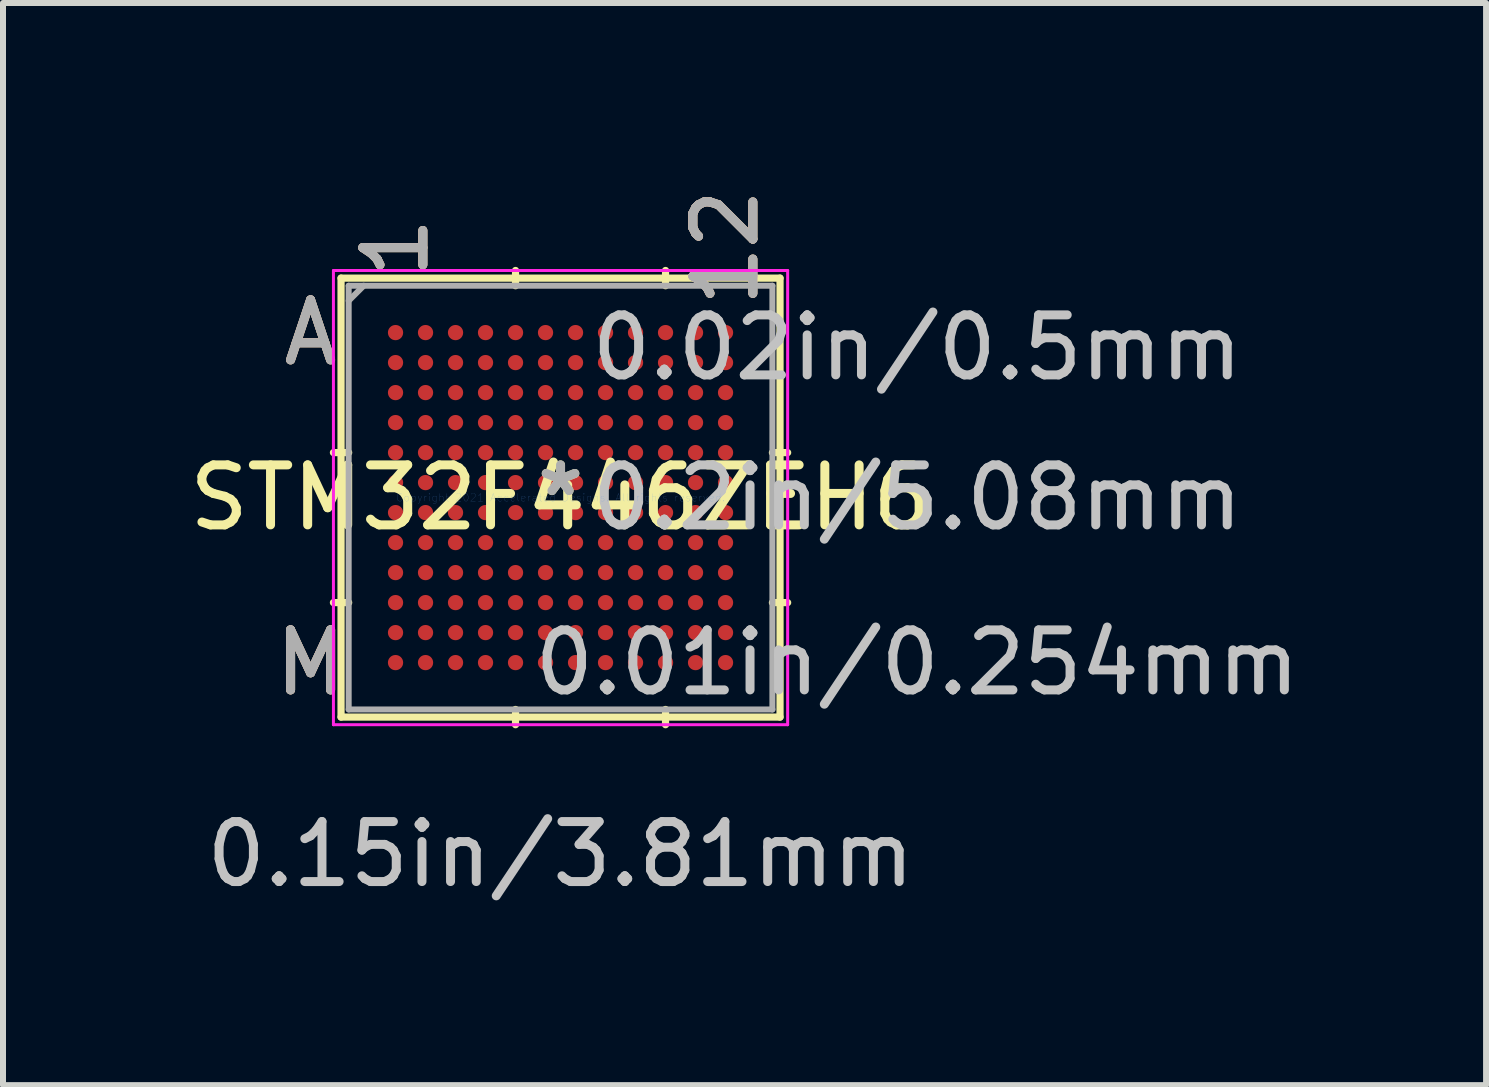
<source format=kicad_pcb>
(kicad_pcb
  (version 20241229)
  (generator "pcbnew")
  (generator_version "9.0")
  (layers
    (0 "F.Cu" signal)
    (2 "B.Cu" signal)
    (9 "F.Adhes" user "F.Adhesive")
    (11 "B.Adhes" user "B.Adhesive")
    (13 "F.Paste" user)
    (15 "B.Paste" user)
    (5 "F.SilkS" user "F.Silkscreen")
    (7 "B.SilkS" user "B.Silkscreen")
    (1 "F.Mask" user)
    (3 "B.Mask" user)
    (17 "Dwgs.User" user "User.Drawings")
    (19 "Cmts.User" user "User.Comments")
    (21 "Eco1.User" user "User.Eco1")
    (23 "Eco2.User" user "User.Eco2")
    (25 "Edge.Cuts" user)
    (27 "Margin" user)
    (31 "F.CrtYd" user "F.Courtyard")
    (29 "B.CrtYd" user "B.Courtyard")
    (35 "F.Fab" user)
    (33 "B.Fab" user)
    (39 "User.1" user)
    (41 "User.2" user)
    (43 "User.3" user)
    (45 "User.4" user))
  (footprint "STM32F446ZEH6"
    (layer "F.Cu")
    (at 6.292 5.243)
    (property "Reference" "STM32F446ZEH6" (at 0 0 0) (layer "F.SilkS") (effects (font (size 1 1) (thickness 0.15))))
    (attr through_hole)
    (fp_line (start -3.658 -3.658) (end -3.658 3.658) (stroke (width 0.12) (type solid)) (layer "F.SilkS"))
    (fp_line (start -3.658 3.658) (end 3.658 3.658) (stroke (width 0.12) (type solid)) (layer "F.SilkS"))
    (fp_line (start -3.531 -0.75) (end -3.785 -0.75) (stroke (width 0.12) (type solid)) (layer "F.SilkS"))
    (fp_line (start -3.531 1.75) (end -3.785 1.75) (stroke (width 0.12) (type solid)) (layer "F.SilkS"))
    (fp_line (start -0.75 -3.531) (end -0.75 -3.785) (stroke (width 0.12) (type solid)) (layer "F.SilkS"))
    (fp_line (start -0.75 3.531) (end -0.75 3.785) (stroke (width 0.12) (type solid)) (layer "F.SilkS"))
    (fp_line (start 1.75 -3.531) (end 1.75 -3.785) (stroke (width 0.12) (type solid)) (layer "F.SilkS"))
    (fp_line (start 1.75 3.531) (end 1.75 3.785) (stroke (width 0.12) (type solid)) (layer "F.SilkS"))
    (fp_line (start 3.531 -0.75) (end 3.785 -0.75) (stroke (width 0.12) (type solid)) (layer "F.SilkS"))
    (fp_line (start 3.531 1.75) (end 3.785 1.75) (stroke (width 0.12) (type solid)) (layer "F.SilkS"))
    (fp_line (start 3.658 -3.658) (end -3.658 -3.658) (stroke (width 0.12) (type solid)) (layer "F.SilkS"))
    (fp_line (start 3.658 3.658) (end 3.658 -3.658) (stroke (width 0.12) (type solid)) (layer "F.SilkS"))
    (fp_line (start -3.785 -3.785) (end 3.785 -3.785) (stroke (width 0.05) (type solid)) (layer "F.CrtYd"))
    (fp_line (start -3.785 3.785) (end -3.785 -3.785) (stroke (width 0.05) (type solid)) (layer "F.CrtYd"))
    (fp_line (start 3.785 -3.785) (end 3.785 3.785) (stroke (width 0.05) (type solid)) (layer "F.CrtYd"))
    (fp_line (start 3.785 3.785) (end -3.785 3.785) (stroke (width 0.05) (type solid)) (layer "F.CrtYd"))
    (fp_line (start -3.531 -3.531) (end -3.531 3.531) (stroke (width 0.1) (type solid)) (layer "F.Fab"))
    (fp_line (start -3.531 3.531) (end 3.531 3.531) (stroke (width 0.1) (type solid)) (layer "F.Fab"))
    (fp_line (start -3.281 -3.531) (end -3.531 -3.281) (stroke (width 0.1) (type solid)) (layer "F.Fab"))
    (fp_line (start 3.531 -3.531) (end -3.531 -3.531) (stroke (width 0.1) (type solid)) (layer "F.Fab"))
    (fp_line (start 3.531 3.531) (end 3.531 -3.531) (stroke (width 0.1) (type solid)) (layer "F.Fab"))
    (fp_text user "M" (at -4.166 2.75 0) (layer "F.SilkS") (effects (font (size 1 1) (thickness 0.15))))
    (fp_text user "A" (at -4.166 -2.75 0) (layer "F.SilkS") (effects (font (size 1 1) (thickness 0.15))))
    (fp_text user "1" (at -2.75 -4.166 90) (layer "F.SilkS") (effects (font (size 1 1) (thickness 0.15))))
    (fp_text user "*" (at 0 0 0) (layer "F.SilkS") (effects (font (size 1 1) (thickness 0.15))))
    (fp_text user "12" (at 2.75 -4.166 90) (layer "F.SilkS") (effects (font (size 1 1) (thickness 0.15))))
    (fp_text user "M" (at -4.166 2.75 0) (layer "B.SilkS") (effects (font (size 1 1) (thickness 0.15))))
    (fp_text user "A" (at -4.166 -2.75 0) (layer "B.SilkS") (effects (font (size 1 1) (thickness 0.15))))
    (fp_text user "12" (at 2.75 -4.166 90) (layer "B.SilkS") (effects (font (size 1 1) (thickness 0.15))))
    (fp_text user "1" (at -2.75 -4.166 90) (layer "B.SilkS") (effects (font (size 1 1) (thickness 0.15))))
    (fp_text user "0.2in/5.08mm" (at 5.944 0 0) (layer "Dwgs.User") (effects (font (size 1 1) (thickness 0.15))))
    (fp_text user "0.02in/0.5mm" (at 5.944 -2.5 0) (layer "Dwgs.User") (effects (font (size 1 1) (thickness 0.15))))
    (fp_text user "0.15in/3.81mm" (at 0 5.944 0) (layer "Dwgs.User") (effects (font (size 1 1) (thickness 0.15))))
    (fp_text user "0.01in/0.254mm" (at 5.944 2.75 0) (layer "Dwgs.User") (effects (font (size 1 1) (thickness 0.15))))
    (fp_text user "Copyright 2021 Accelerated Designs. All rights reserved." (at 0 0 0) (layer "Cmts.User") (effects (font (size 0.127 0.127) (thickness 0.002))))
    (fp_text user "1" (at -2.75 -4.166 90) (layer "F.Fab") (effects (font (size 1 1) (thickness 0.15))))
    (fp_text user "12" (at 2.75 -4.166 90) (layer "F.Fab") (effects (font (size 1 1) (thickness 0.15))))
    (fp_text user "A" (at -4.166 -2.75 0) (layer "F.Fab") (effects (font (size 1 1) (thickness 0.15))))
    (fp_text user "M" (at -4.166 2.75 0) (layer "F.Fab") (effects (font (size 1 1) (thickness 0.15))))
    (fp_text user "*" (at 0 0 0) (layer "F.Fab") (effects (font (size 1 1) (thickness 0.15))))
    (pad "A1" smd circle (at -2.75 -2.75) (size 0.254 0.254) (layers "F.Cu" "F.Mask" "F.Paste"))
    (pad "A2" smd circle (at -2.25 -2.75) (size 0.254 0.254) (layers "F.Cu" "F.Mask" "F.Paste"))
    (pad "A3" smd circle (at -1.75 -2.75) (size 0.254 0.254) (layers "F.Cu" "F.Mask" "F.Paste"))
    (pad "A4" smd circle (at -1.25 -2.75) (size 0.254 0.254) (layers "F.Cu" "F.Mask" "F.Paste"))
    (pad "A5" smd circle (at -0.75 -2.75) (size 0.254 0.254) (layers "F.Cu" "F.Mask" "F.Paste"))
    (pad "A6" smd circle (at -0.25 -2.75) (size 0.254 0.254) (layers "F.Cu" "F.Mask" "F.Paste"))
    (pad "A7" smd circle (at 0.25 -2.75) (size 0.254 0.254) (layers "F.Cu" "F.Mask" "F.Paste"))
    (pad "A8" smd circle (at 0.75 -2.75) (size 0.254 0.254) (layers "F.Cu" "F.Mask" "F.Paste"))
    (pad "A9" smd circle (at 1.25 -2.75) (size 0.254 0.254) (layers "F.Cu" "F.Mask" "F.Paste"))
    (pad "A10" smd circle (at 1.75 -2.75) (size 0.254 0.254) (layers "F.Cu" "F.Mask" "F.Paste"))
    (pad "A11" smd circle (at 2.25 -2.75) (size 0.254 0.254) (layers "F.Cu" "F.Mask" "F.Paste"))
    (pad "A12" smd circle (at 2.75 -2.75) (size 0.254 0.254) (layers "F.Cu" "F.Mask" "F.Paste"))
    (pad "B1" smd circle (at -2.75 -2.25) (size 0.254 0.254) (layers "F.Cu" "F.Mask" "F.Paste"))
    (pad "B2" smd circle (at -2.25 -2.25) (size 0.254 0.254) (layers "F.Cu" "F.Mask" "F.Paste"))
    (pad "B3" smd circle (at -1.75 -2.25) (size 0.254 0.254) (layers "F.Cu" "F.Mask" "F.Paste"))
    (pad "B4" smd circle (at -1.25 -2.25) (size 0.254 0.254) (layers "F.Cu" "F.Mask" "F.Paste"))
    (pad "B5" smd circle (at -0.75 -2.25) (size 0.254 0.254) (layers "F.Cu" "F.Mask" "F.Paste"))
    (pad "B6" smd circle (at -0.25 -2.25) (size 0.254 0.254) (layers "F.Cu" "F.Mask" "F.Paste"))
    (pad "B7" smd circle (at 0.25 -2.25) (size 0.254 0.254) (layers "F.Cu" "F.Mask" "F.Paste"))
    (pad "B8" smd circle (at 0.75 -2.25) (size 0.254 0.254) (layers "F.Cu" "F.Mask" "F.Paste"))
    (pad "B9" smd circle (at 1.25 -2.25) (size 0.254 0.254) (layers "F.Cu" "F.Mask" "F.Paste"))
    (pad "B10" smd circle (at 1.75 -2.25) (size 0.254 0.254) (layers "F.Cu" "F.Mask" "F.Paste"))
    (pad "B11" smd circle (at 2.25 -2.25) (size 0.254 0.254) (layers "F.Cu" "F.Mask" "F.Paste"))
    (pad "B12" smd circle (at 2.75 -2.25) (size 0.254 0.254) (layers "F.Cu" "F.Mask" "F.Paste"))
    (pad "C1" smd circle (at -2.75 -1.75) (size 0.254 0.254) (layers "F.Cu" "F.Mask" "F.Paste"))
    (pad "C2" smd circle (at -2.25 -1.75) (size 0.254 0.254) (layers "F.Cu" "F.Mask" "F.Paste"))
    (pad "C3" smd circle (at -1.75 -1.75) (size 0.254 0.254) (layers "F.Cu" "F.Mask" "F.Paste"))
    (pad "C4" smd circle (at -1.25 -1.75) (size 0.254 0.254) (layers "F.Cu" "F.Mask" "F.Paste"))
    (pad "C5" smd circle (at -0.75 -1.75) (size 0.254 0.254) (layers "F.Cu" "F.Mask" "F.Paste"))
    (pad "C6" smd circle (at -0.25 -1.75) (size 0.254 0.254) (layers "F.Cu" "F.Mask" "F.Paste"))
    (pad "C7" smd circle (at 0.25 -1.75) (size 0.254 0.254) (layers "F.Cu" "F.Mask" "F.Paste"))
    (pad "C8" smd circle (at 0.75 -1.75) (size 0.254 0.254) (layers "F.Cu" "F.Mask" "F.Paste"))
    (pad "C9" smd circle (at 1.25 -1.75) (size 0.254 0.254) (layers "F.Cu" "F.Mask" "F.Paste"))
    (pad "C10" smd circle (at 1.75 -1.75) (size 0.254 0.254) (layers "F.Cu" "F.Mask" "F.Paste"))
    (pad "C11" smd circle (at 2.25 -1.75) (size 0.254 0.254) (layers "F.Cu" "F.Mask" "F.Paste"))
    (pad "C12" smd circle (at 2.75 -1.75) (size 0.254 0.254) (layers "F.Cu" "F.Mask" "F.Paste"))
    (pad "D1" smd circle (at -2.75 -1.25) (size 0.254 0.254) (layers "F.Cu" "F.Mask" "F.Paste"))
    (pad "D2" smd circle (at -2.25 -1.25) (size 0.254 0.254) (layers "F.Cu" "F.Mask" "F.Paste"))
    (pad "D3" smd circle (at -1.75 -1.25) (size 0.254 0.254) (layers "F.Cu" "F.Mask" "F.Paste"))
    (pad "D4" smd circle (at -1.25 -1.25) (size 0.254 0.254) (layers "F.Cu" "F.Mask" "F.Paste"))
    (pad "D5" smd circle (at -0.75 -1.25) (size 0.254 0.254) (layers "F.Cu" "F.Mask" "F.Paste"))
    (pad "D6" smd circle (at -0.25 -1.25) (size 0.254 0.254) (layers "F.Cu" "F.Mask" "F.Paste"))
    (pad "D7" smd circle (at 0.25 -1.25) (size 0.254 0.254) (layers "F.Cu" "F.Mask" "F.Paste"))
    (pad "D8" smd circle (at 0.75 -1.25) (size 0.254 0.254) (layers "F.Cu" "F.Mask" "F.Paste"))
    (pad "D9" smd circle (at 1.25 -1.25) (size 0.254 0.254) (layers "F.Cu" "F.Mask" "F.Paste"))
    (pad "D10" smd circle (at 1.75 -1.25) (size 0.254 0.254) (layers "F.Cu" "F.Mask" "F.Paste"))
    (pad "D11" smd circle (at 2.25 -1.25) (size 0.254 0.254) (layers "F.Cu" "F.Mask" "F.Paste"))
    (pad "D12" smd circle (at 2.75 -1.25) (size 0.254 0.254) (layers "F.Cu" "F.Mask" "F.Paste"))
    (pad "E1" smd circle (at -2.75 -0.75) (size 0.254 0.254) (layers "F.Cu" "F.Mask" "F.Paste"))
    (pad "E2" smd circle (at -2.25 -0.75) (size 0.254 0.254) (layers "F.Cu" "F.Mask" "F.Paste"))
    (pad "E3" smd circle (at -1.75 -0.75) (size 0.254 0.254) (layers "F.Cu" "F.Mask" "F.Paste"))
    (pad "E4" smd circle (at -1.25 -0.75) (size 0.254 0.254) (layers "F.Cu" "F.Mask" "F.Paste"))
    (pad "E5" smd circle (at -0.75 -0.75) (size 0.254 0.254) (layers "F.Cu" "F.Mask" "F.Paste"))
    (pad "E6" smd circle (at -0.25 -0.75) (size 0.254 0.254) (layers "F.Cu" "F.Mask" "F.Paste"))
    (pad "E7" smd circle (at 0.25 -0.75) (size 0.254 0.254) (layers "F.Cu" "F.Mask" "F.Paste"))
    (pad "E8" smd circle (at 0.75 -0.75) (size 0.254 0.254) (layers "F.Cu" "F.Mask" "F.Paste"))
    (pad "E9" smd circle (at 1.25 -0.75) (size 0.254 0.254) (layers "F.Cu" "F.Mask" "F.Paste"))
    (pad "E10" smd circle (at 1.75 -0.75) (size 0.254 0.254) (layers "F.Cu" "F.Mask" "F.Paste"))
    (pad "E11" smd circle (at 2.25 -0.75) (size 0.254 0.254) (layers "F.Cu" "F.Mask" "F.Paste"))
    (pad "E12" smd circle (at 2.75 -0.75) (size 0.254 0.254) (layers "F.Cu" "F.Mask" "F.Paste"))
    (pad "F1" smd circle (at -2.75 -0.25) (size 0.254 0.254) (layers "F.Cu" "F.Mask" "F.Paste"))
    (pad "F2" smd circle (at -2.25 -0.25) (size 0.254 0.254) (layers "F.Cu" "F.Mask" "F.Paste"))
    (pad "F3" smd circle (at -1.75 -0.25) (size 0.254 0.254) (layers "F.Cu" "F.Mask" "F.Paste"))
    (pad "F4" smd circle (at -1.25 -0.25) (size 0.254 0.254) (layers "F.Cu" "F.Mask" "F.Paste"))
    (pad "F5" smd circle (at -0.75 -0.25) (size 0.254 0.254) (layers "F.Cu" "F.Mask" "F.Paste"))
    (pad "F6" smd circle (at -0.25 -0.25) (size 0.254 0.254) (layers "F.Cu" "F.Mask" "F.Paste"))
    (pad "F7" smd circle (at 0.25 -0.25) (size 0.254 0.254) (layers "F.Cu" "F.Mask" "F.Paste"))
    (pad "F8" smd circle (at 0.75 -0.25) (size 0.254 0.254) (layers "F.Cu" "F.Mask" "F.Paste"))
    (pad "F9" smd circle (at 1.25 -0.25) (size 0.254 0.254) (layers "F.Cu" "F.Mask" "F.Paste"))
    (pad "F10" smd circle (at 1.75 -0.25) (size 0.254 0.254) (layers "F.Cu" "F.Mask" "F.Paste"))
    (pad "F11" smd circle (at 2.25 -0.25) (size 0.254 0.254) (layers "F.Cu" "F.Mask" "F.Paste"))
    (pad "F12" smd circle (at 2.75 -0.25) (size 0.254 0.254) (layers "F.Cu" "F.Mask" "F.Paste"))
    (pad "G1" smd circle (at -2.75 0.25) (size 0.254 0.254) (layers "F.Cu" "F.Mask" "F.Paste"))
    (pad "G2" smd circle (at -2.25 0.25) (size 0.254 0.254) (layers "F.Cu" "F.Mask" "F.Paste"))
    (pad "G3" smd circle (at -1.75 0.25) (size 0.254 0.254) (layers "F.Cu" "F.Mask" "F.Paste"))
    (pad "G4" smd circle (at -1.25 0.25) (size 0.254 0.254) (layers "F.Cu" "F.Mask" "F.Paste"))
    (pad "G5" smd circle (at -0.75 0.25) (size 0.254 0.254) (layers "F.Cu" "F.Mask" "F.Paste"))
    (pad "G6" smd circle (at -0.25 0.25) (size 0.254 0.254) (layers "F.Cu" "F.Mask" "F.Paste"))
    (pad "G7" smd circle (at 0.25 0.25) (size 0.254 0.254) (layers "F.Cu" "F.Mask" "F.Paste"))
    (pad "G8" smd circle (at 0.75 0.25) (size 0.254 0.254) (layers "F.Cu" "F.Mask" "F.Paste"))
    (pad "G9" smd circle (at 1.25 0.25) (size 0.254 0.254) (layers "F.Cu" "F.Mask" "F.Paste"))
    (pad "G10" smd circle (at 1.75 0.25) (size 0.254 0.254) (layers "F.Cu" "F.Mask" "F.Paste"))
    (pad "G11" smd circle (at 2.25 0.25) (size 0.254 0.254) (layers "F.Cu" "F.Mask" "F.Paste"))
    (pad "G12" smd circle (at 2.75 0.25) (size 0.254 0.254) (layers "F.Cu" "F.Mask" "F.Paste"))
    (pad "H1" smd circle (at -2.75 0.75) (size 0.254 0.254) (layers "F.Cu" "F.Mask" "F.Paste"))
    (pad "H2" smd circle (at -2.25 0.75) (size 0.254 0.254) (layers "F.Cu" "F.Mask" "F.Paste"))
    (pad "H3" smd circle (at -1.75 0.75) (size 0.254 0.254) (layers "F.Cu" "F.Mask" "F.Paste"))
    (pad "H4" smd circle (at -1.25 0.75) (size 0.254 0.254) (layers "F.Cu" "F.Mask" "F.Paste"))
    (pad "H5" smd circle (at -0.75 0.75) (size 0.254 0.254) (layers "F.Cu" "F.Mask" "F.Paste"))
    (pad "H6" smd circle (at -0.25 0.75) (size 0.254 0.254) (layers "F.Cu" "F.Mask" "F.Paste"))
    (pad "H7" smd circle (at 0.25 0.75) (size 0.254 0.254) (layers "F.Cu" "F.Mask" "F.Paste"))
    (pad "H8" smd circle (at 0.75 0.75) (size 0.254 0.254) (layers "F.Cu" "F.Mask" "F.Paste"))
    (pad "H9" smd circle (at 1.25 0.75) (size 0.254 0.254) (layers "F.Cu" "F.Mask" "F.Paste"))
    (pad "H10" smd circle (at 1.75 0.75) (size 0.254 0.254) (layers "F.Cu" "F.Mask" "F.Paste"))
    (pad "H11" smd circle (at 2.25 0.75) (size 0.254 0.254) (layers "F.Cu" "F.Mask" "F.Paste"))
    (pad "H12" smd circle (at 2.75 0.75) (size 0.254 0.254) (layers "F.Cu" "F.Mask" "F.Paste"))
    (pad "J1" smd circle (at -2.75 1.25) (size 0.254 0.254) (layers "F.Cu" "F.Mask" "F.Paste"))
    (pad "J2" smd circle (at -2.25 1.25) (size 0.254 0.254) (layers "F.Cu" "F.Mask" "F.Paste"))
    (pad "J3" smd circle (at -1.75 1.25) (size 0.254 0.254) (layers "F.Cu" "F.Mask" "F.Paste"))
    (pad "J4" smd circle (at -1.25 1.25) (size 0.254 0.254) (layers "F.Cu" "F.Mask" "F.Paste"))
    (pad "J5" smd circle (at -0.75 1.25) (size 0.254 0.254) (layers "F.Cu" "F.Mask" "F.Paste"))
    (pad "J6" smd circle (at -0.25 1.25) (size 0.254 0.254) (layers "F.Cu" "F.Mask" "F.Paste"))
    (pad "J7" smd circle (at 0.25 1.25) (size 0.254 0.254) (layers "F.Cu" "F.Mask" "F.Paste"))
    (pad "J8" smd circle (at 0.75 1.25) (size 0.254 0.254) (layers "F.Cu" "F.Mask" "F.Paste"))
    (pad "J9" smd circle (at 1.25 1.25) (size 0.254 0.254) (layers "F.Cu" "F.Mask" "F.Paste"))
    (pad "J10" smd circle (at 1.75 1.25) (size 0.254 0.254) (layers "F.Cu" "F.Mask" "F.Paste"))
    (pad "J11" smd circle (at 2.25 1.25) (size 0.254 0.254) (layers "F.Cu" "F.Mask" "F.Paste"))
    (pad "J12" smd circle (at 2.75 1.25) (size 0.254 0.254) (layers "F.Cu" "F.Mask" "F.Paste"))
    (pad "K1" smd circle (at -2.75 1.75) (size 0.254 0.254) (layers "F.Cu" "F.Mask" "F.Paste"))
    (pad "K2" smd circle (at -2.25 1.75) (size 0.254 0.254) (layers "F.Cu" "F.Mask" "F.Paste"))
    (pad "K3" smd circle (at -1.75 1.75) (size 0.254 0.254) (layers "F.Cu" "F.Mask" "F.Paste"))
    (pad "K4" smd circle (at -1.25 1.75) (size 0.254 0.254) (layers "F.Cu" "F.Mask" "F.Paste"))
    (pad "K5" smd circle (at -0.75 1.75) (size 0.254 0.254) (layers "F.Cu" "F.Mask" "F.Paste"))
    (pad "K6" smd circle (at -0.25 1.75) (size 0.254 0.254) (layers "F.Cu" "F.Mask" "F.Paste"))
    (pad "K7" smd circle (at 0.25 1.75) (size 0.254 0.254) (layers "F.Cu" "F.Mask" "F.Paste"))
    (pad "K8" smd circle (at 0.75 1.75) (size 0.254 0.254) (layers "F.Cu" "F.Mask" "F.Paste"))
    (pad "K9" smd circle (at 1.25 1.75) (size 0.254 0.254) (layers "F.Cu" "F.Mask" "F.Paste"))
    (pad "K10" smd circle (at 1.75 1.75) (size 0.254 0.254) (layers "F.Cu" "F.Mask" "F.Paste"))
    (pad "K11" smd circle (at 2.25 1.75) (size 0.254 0.254) (layers "F.Cu" "F.Mask" "F.Paste"))
    (pad "K12" smd circle (at 2.75 1.75) (size 0.254 0.254) (layers "F.Cu" "F.Mask" "F.Paste"))
    (pad "L1" smd circle (at -2.75 2.25) (size 0.254 0.254) (layers "F.Cu" "F.Mask" "F.Paste"))
    (pad "L2" smd circle (at -2.25 2.25) (size 0.254 0.254) (layers "F.Cu" "F.Mask" "F.Paste"))
    (pad "L3" smd circle (at -1.75 2.25) (size 0.254 0.254) (layers "F.Cu" "F.Mask" "F.Paste"))
    (pad "L4" smd circle (at -1.25 2.25) (size 0.254 0.254) (layers "F.Cu" "F.Mask" "F.Paste"))
    (pad "L5" smd circle (at -0.75 2.25) (size 0.254 0.254) (layers "F.Cu" "F.Mask" "F.Paste"))
    (pad "L6" smd circle (at -0.25 2.25) (size 0.254 0.254) (layers "F.Cu" "F.Mask" "F.Paste"))
    (pad "L7" smd circle (at 0.25 2.25) (size 0.254 0.254) (layers "F.Cu" "F.Mask" "F.Paste"))
    (pad "L8" smd circle (at 0.75 2.25) (size 0.254 0.254) (layers "F.Cu" "F.Mask" "F.Paste"))
    (pad "L9" smd circle (at 1.25 2.25) (size 0.254 0.254) (layers "F.Cu" "F.Mask" "F.Paste"))
    (pad "L10" smd circle (at 1.75 2.25) (size 0.254 0.254) (layers "F.Cu" "F.Mask" "F.Paste"))
    (pad "L11" smd circle (at 2.25 2.25) (size 0.254 0.254) (layers "F.Cu" "F.Mask" "F.Paste"))
    (pad "L12" smd circle (at 2.75 2.25) (size 0.254 0.254) (layers "F.Cu" "F.Mask" "F.Paste"))
    (pad "M1" smd circle (at -2.75 2.75) (size 0.254 0.254) (layers "F.Cu" "F.Mask" "F.Paste"))
    (pad "M2" smd circle (at -2.25 2.75) (size 0.254 0.254) (layers "F.Cu" "F.Mask" "F.Paste"))
    (pad "M3" smd circle (at -1.75 2.75) (size 0.254 0.254) (layers "F.Cu" "F.Mask" "F.Paste"))
    (pad "M4" smd circle (at -1.25 2.75) (size 0.254 0.254) (layers "F.Cu" "F.Mask" "F.Paste"))
    (pad "M5" smd circle (at -0.75 2.75) (size 0.254 0.254) (layers "F.Cu" "F.Mask" "F.Paste"))
    (pad "M6" smd circle (at -0.25 2.75) (size 0.254 0.254) (layers "F.Cu" "F.Mask" "F.Paste"))
    (pad "M7" smd circle (at 0.25 2.75) (size 0.254 0.254) (layers "F.Cu" "F.Mask" "F.Paste"))
    (pad "M8" smd circle (at 0.75 2.75) (size 0.254 0.254) (layers "F.Cu" "F.Mask" "F.Paste"))
    (pad "M9" smd circle (at 1.25 2.75) (size 0.254 0.254) (layers "F.Cu" "F.Mask" "F.Paste"))
    (pad "M10" smd circle (at 1.75 2.75) (size 0.254 0.254) (layers "F.Cu" "F.Mask" "F.Paste"))
    (pad "M11" smd circle (at 2.25 2.75) (size 0.254 0.254) (layers "F.Cu" "F.Mask" "F.Paste"))
    (pad "M12" smd circle (at 2.75 2.75) (size 0.254 0.254) (layers "F.Cu" "F.Mask" "F.Paste")))
  (gr_rect
    (start -3 -3)
    (end 21.717 15.035)
    (stroke (width 0.1) (type default))
    (fill no)
    (layer "Edge.Cuts")))
</source>
